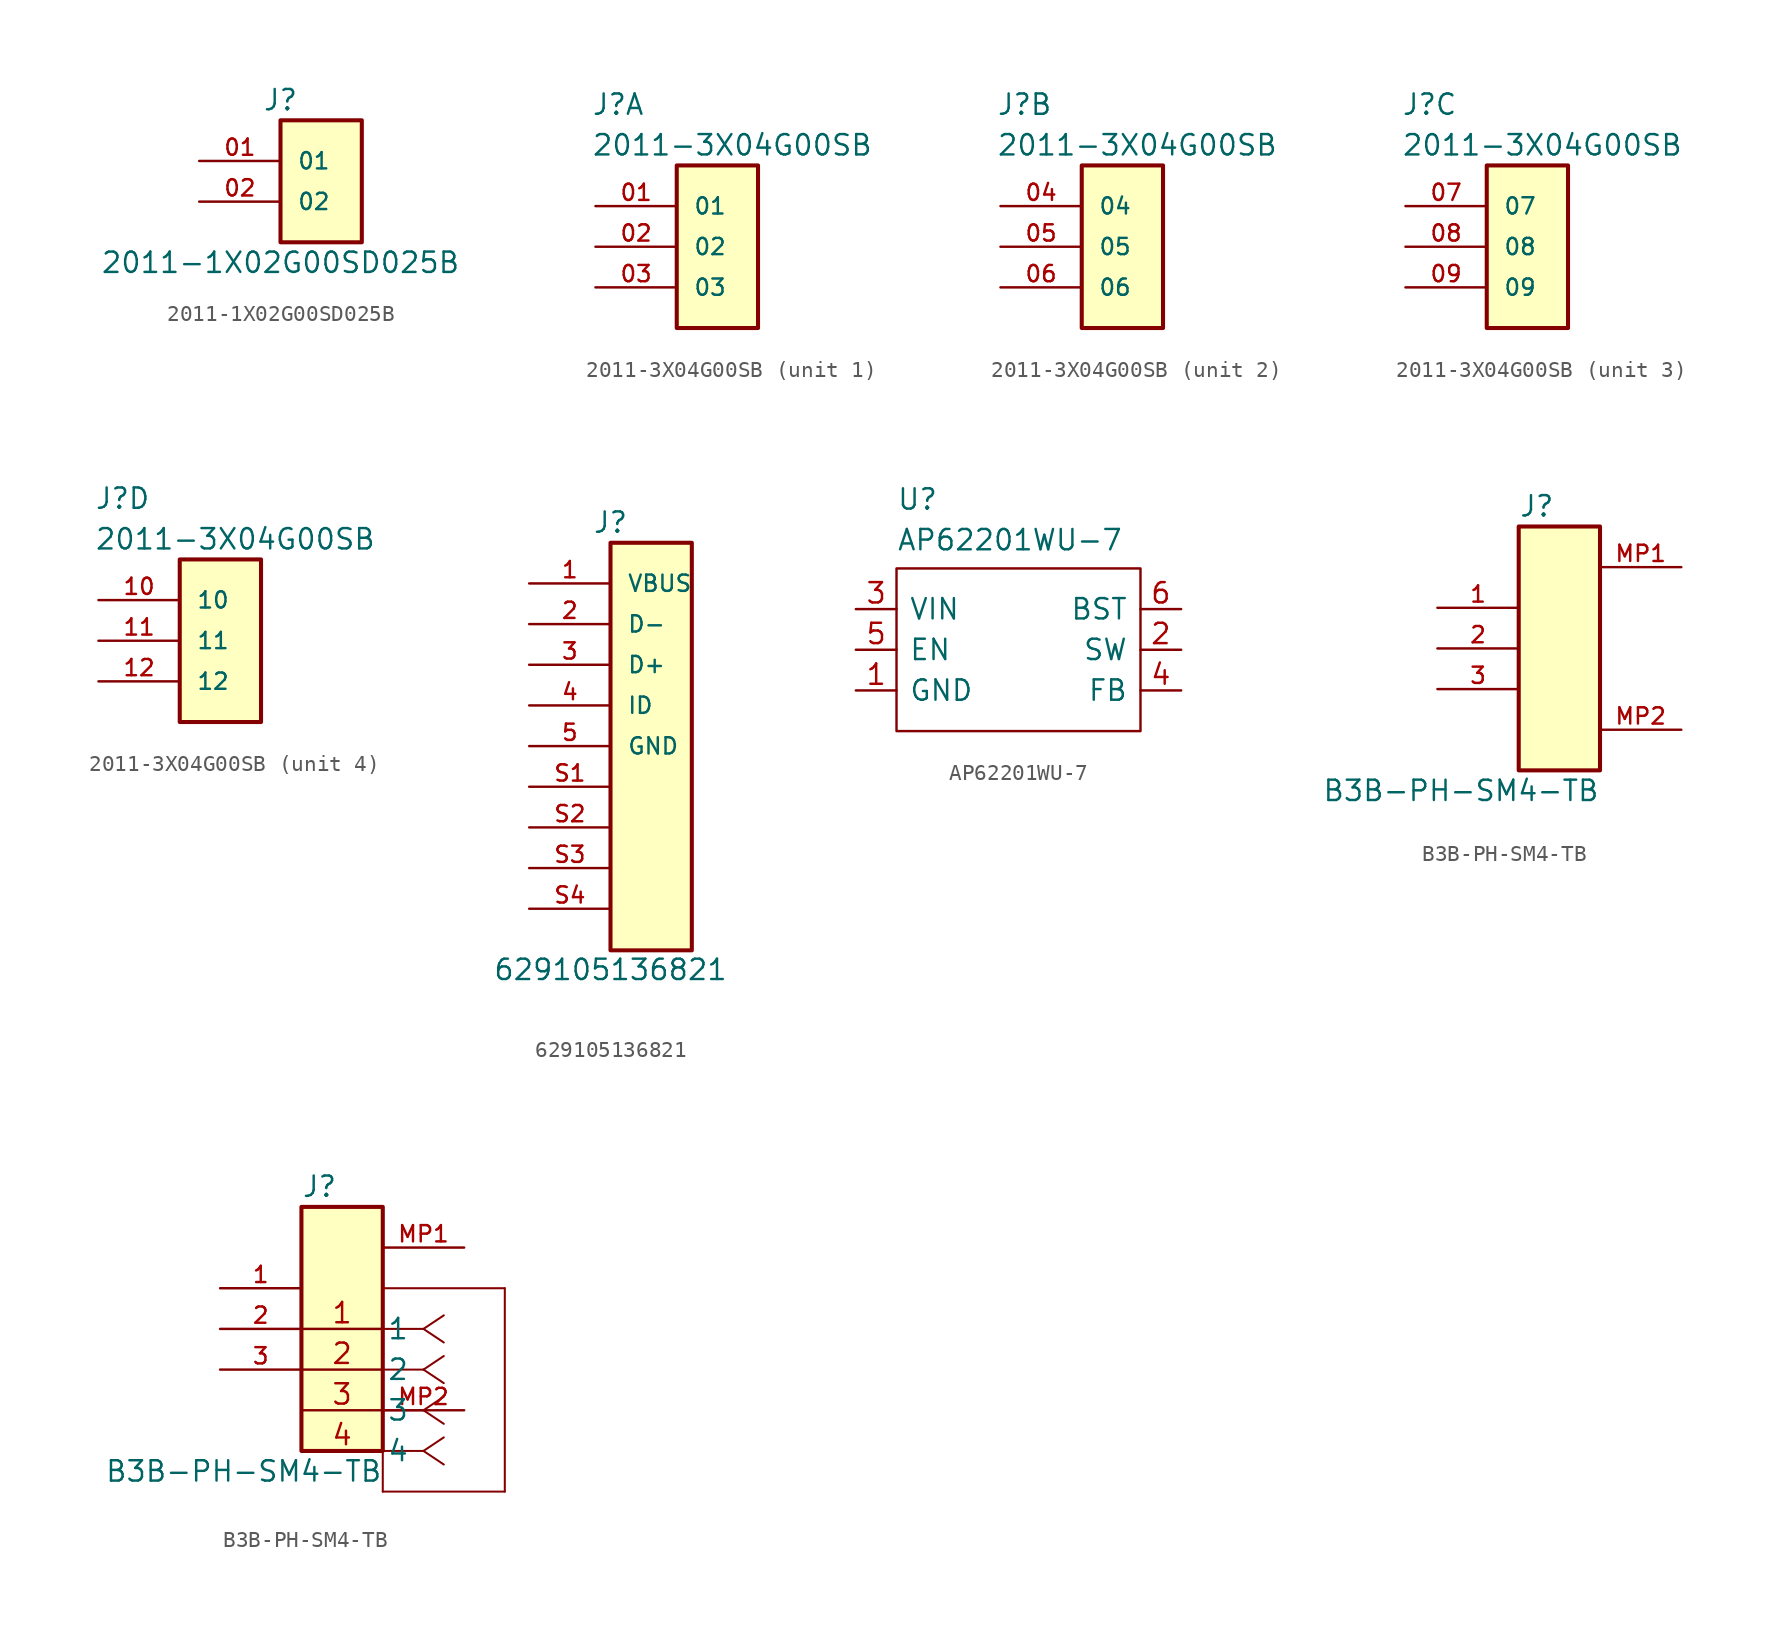
<source format=kicad_sym>
(kicad_symbol_lib
  (version 20231120)
  (generator "kicad_symbol_editor")
  (generator_version "8.0")
  (symbol "2011-1X02G00SD025B"
    (pin_names
      (offset 1.016))
    (property "Reference" "J"
      (at 0 5.08 0)
      (effects (font (size 1.27 1.27))))
    (property "Value" "2011-1X02G00SD025B"
      (at 0 -5.08 0)
      (effects (font (size 1.27 1.27))))
    (symbol "2011-1X02G00SD025B_0_0"
      (rectangle (start 0 3.81) (end 5.08 -3.81) (stroke (width 0.254) (type default)) (fill (type background)))
      (pin passive line (at -5.08 1.27 0) (length 5.08) (name "01" (effects (font (size 1.016 1.016)))) (number "01" (effects (font (size 1.016 1.016)))))
      (pin passive line (at -5.08 -1.27 0) (length 5.08) (name "02" (effects (font (size 1.016 1.016)))) (number "02" (effects (font (size 1.016 1.016)))))))
  (symbol "2011-3X04G00SB"
    (pin_names
      (offset 1.016))
    (property "Reference" "J"
      (at -5.334 8.89 0)
      (effects (font (size 1.27 1.27)) (justify left)))
    (property "Value" "2011-3X04G00SB"
      (at -5.334 6.35 0)
      (effects (font (size 1.27 1.27)) (justify left)))
    (symbol "2011-3X04G00SB_1_0"
      (rectangle (start 0 5.08) (end 5.08 -5.08) (stroke (width 0.254) (type default)) (fill (type background)))
      (pin passive line (at -5.08 2.54 0) (length 5.08) (name "01" (effects (font (size 1.016 1.016)))) (number "01" (effects (font (size 1.016 1.016)))))
      (pin passive line (at -5.08 0 0) (length 5.08) (name "02" (effects (font (size 1.016 1.016)))) (number "02" (effects (font (size 1.016 1.016)))))
      (pin passive line (at -5.08 -2.54 0) (length 5.08) (name "03" (effects (font (size 1.016 1.016)))) (number "03" (effects (font (size 1.016 1.016))))))
    (symbol "2011-3X04G00SB_2_0"
      (rectangle (start 0 5.08) (end 5.08 -5.08) (stroke (width 0.254) (type default)) (fill (type background)))
      (pin passive line (at -5.08 2.54 0) (length 5.08) (name "04" (effects (font (size 1.016 1.016)))) (number "04" (effects (font (size 1.016 1.016)))))
      (pin passive line (at -5.08 0 0) (length 5.08) (name "05" (effects (font (size 1.016 1.016)))) (number "05" (effects (font (size 1.016 1.016)))))
      (pin passive line (at -5.08 -2.54 0) (length 5.08) (name "06" (effects (font (size 1.016 1.016)))) (number "06" (effects (font (size 1.016 1.016))))))
    (symbol "2011-3X04G00SB_3_0"
      (rectangle (start 0 5.08) (end 5.08 -5.08) (stroke (width 0.254) (type default)) (fill (type background)))
      (pin passive line (at -5.08 2.54 0) (length 5.08) (name "07" (effects (font (size 1.016 1.016)))) (number "07" (effects (font (size 1.016 1.016)))))
      (pin passive line (at -5.08 0 0) (length 5.08) (name "08" (effects (font (size 1.016 1.016)))) (number "08" (effects (font (size 1.016 1.016)))))
      (pin passive line (at -5.08 -2.54 0) (length 5.08) (name "09" (effects (font (size 1.016 1.016)))) (number "09" (effects (font (size 1.016 1.016))))))
    (symbol "2011-3X04G00SB_4_0"
      (rectangle (start 0 5.08) (end 5.08 -5.08) (stroke (width 0.254) (type default)) (fill (type background)))
      (pin passive line (at -5.08 2.54 0) (length 5.08) (name "10" (effects (font (size 1.016 1.016)))) (number "10" (effects (font (size 1.016 1.016)))))
      (pin passive line (at -5.08 0 0) (length 5.08) (name "11" (effects (font (size 1.016 1.016)))) (number "11" (effects (font (size 1.016 1.016)))))
      (pin passive line (at -5.08 -2.54 0) (length 5.08) (name "12" (effects (font (size 1.016 1.016)))) (number "12" (effects (font (size 1.016 1.016)))))))
  (symbol "629105136821"
    (pin_names
      (offset 1.016))
    (property "Reference" "J"
      (at 0 13.97 0)
      (effects (font (size 1.27 1.27))))
    (property "Value" "629105136821"
      (at 0 -13.97 0)
      (effects (font (size 1.27 1.27))))
    (symbol "629105136821_0_0"
      (rectangle (start 0 12.7) (end 5.08 -12.759) (stroke (width 0.254) (type default)) (fill (type background)))
      (pin passive line (at -5.08 10.16 0) (length 5.08) (name "VBUS" (effects (font (size 1.016 1.016)))) (number "1" (effects (font (size 1.016 1.016)))))
      (pin passive line (at -5.08 7.62 0) (length 5.08) (name "D-" (effects (font (size 1.016 1.016)))) (number "2" (effects (font (size 1.016 1.016)))))
      (pin passive line (at -5.08 5.08 0) (length 5.08) (name "D+" (effects (font (size 1.016 1.016)))) (number "3" (effects (font (size 1.016 1.016)))))
      (pin passive line (at -5.08 2.54 0) (length 5.08) (name "ID" (effects (font (size 1.016 1.016)))) (number "4" (effects (font (size 1.016 1.016)))))
      (pin passive line (at -5.08 0 0) (length 5.08) (name "GND" (effects (font (size 1.016 1.016)))) (number "5" (effects (font (size 1.016 1.016)))))
      (pin passive line (at -5.08 -2.54 0) (length 5.08) (name "~" (effects (font (size 1.016 1.016)))) (number "S1" (effects (font (size 1.016 1.016)))))
      (pin passive line (at -5.08 -5.08 0) (length 5.08) (name "~" (effects (font (size 1.016 1.016)))) (number "S2" (effects (font (size 1.016 1.016)))))
      (pin passive line (at -5.08 -7.62 0) (length 5.08) (name "~" (effects (font (size 1.016 1.016)))) (number "S3" (effects (font (size 1.016 1.016)))))
      (pin passive line (at -5.08 -10.16 0) (length 5.08) (name "~" (effects (font (size 1.016 1.016)))) (number "S4" (effects (font (size 1.016 1.016)))))))
  (symbol "AP62201WU-7"
    (pin_names
      (offset 0.762))
    (property "Reference" "U"
      (at -7.62 9.398 0)
      (effects (font (size 1.27 1.27)) (justify left)))
    (property "Value" "AP62201WU-7"
      (at -7.62 6.858 0)
      (effects (font (size 1.27 1.27)) (justify left)))
    (symbol "AP62201WU-7_0_1"
      (polyline (pts (xy -7.62 5.08) (xy 7.62 5.08) (xy 7.62 -5.08) (xy -7.62 -5.08) (xy -7.62 5.08)) (stroke (width 0.152) (type solid)) (fill (type none))))
    (symbol "AP62201WU-7_1_0"
      (pin passive line (at -10.16 -2.54 0) (length 2.54) (name "GND" (effects (font (size 1.27 1.27)))) (number "1" (effects (font (size 1.27 1.27)))))
      (pin passive line (at 10.16 0 180) (length 2.54) (name "SW" (effects (font (size 1.27 1.27)))) (number "2" (effects (font (size 1.27 1.27)))))
      (pin passive line (at -10.16 2.54 0) (length 2.54) (name "VIN" (effects (font (size 1.27 1.27)))) (number "3" (effects (font (size 1.27 1.27)))))
      (pin passive line (at 10.16 -2.54 180) (length 2.54) (name "FB" (effects (font (size 1.27 1.27)))) (number "4" (effects (font (size 1.27 1.27)))))
      (pin passive line (at -10.16 0 0) (length 2.54) (name "EN" (effects (font (size 1.27 1.27)))) (number "5" (effects (font (size 1.27 1.27)))))
      (pin passive line (at 10.16 2.54 180) (length 2.54) (name "BST" (effects (font (size 1.27 1.27)))) (number "6" (effects (font (size 1.27 1.27)))))))
  (symbol "B3B-PH-SM4-TB"
    (pin_names
      (offset 0.254))
    (property "Reference" "J"
      (at 0 8.89 0)
      (effects (font (size 1.27 1.27)) (justify left)))
    (property "Value" "B3B-PH-SM4-TB"
      (at 5.08 -8.89 0)
      (effects (font (size 1.27 1.27)) (justify right)))
    (symbol "B3B-PH-SM4-TB_0_0"
      (rectangle (start 0 7.62) (end 5.08 -7.62) (stroke (width 0.254) (type default)) (fill (type background))))
    (symbol "B3B-PH-SM4-TB_1_0"
      (pin passive line (at -5.08 2.54 0) (length 5.08) (name "" (effects (font (size 1.016 1.016)))) (number "1" (effects (font (size 1.016 1.016)))))
      (pin passive line (at -5.08 0 0) (length 5.08) (name "" (effects (font (size 1.016 1.016)))) (number "2" (effects (font (size 1.016 1.016)))))
      (pin passive line (at -5.08 -2.54 0) (length 5.08) (name "" (effects (font (size 1.016 1.016)))) (number "3" (effects (font (size 1.016 1.016)))))
      (pin passive line (at 10.16 5.08 180) (length 5.08) (name "" (effects (font (size 1.016 1.016)))) (number "MP1" (effects (font (size 1.016 1.016)))))
      (pin passive line (at 10.16 -5.08 180) (length 5.08) (name "" (effects (font (size 1.016 1.016)))) (number "MP2" (effects (font (size 1.016 1.016))))))
    (symbol "B3B-PH-SM4-TB_1_2"
      (polyline (pts (xy 5.08 -10.16) (xy 12.7 -10.16)) (stroke (width 0.127) (type default)) (fill (type none)))
      (polyline (pts (xy 5.08 2.54) (xy 5.08 -10.16)) (stroke (width 0.127) (type default)) (fill (type none)))
      (polyline (pts (xy 7.62 -7.62) (xy 5.08 -7.62)) (stroke (width 0.127) (type default)) (fill (type none)))
      (polyline (pts (xy 7.62 -7.62) (xy 8.89 -8.467)) (stroke (width 0.127) (type default)) (fill (type none)))
      (polyline (pts (xy 7.62 -7.62) (xy 8.89 -6.773)) (stroke (width 0.127) (type default)) (fill (type none)))
      (polyline (pts (xy 7.62 -5.08) (xy 5.08 -5.08)) (stroke (width 0.127) (type default)) (fill (type none)))
      (polyline (pts (xy 7.62 -5.08) (xy 8.89 -5.927)) (stroke (width 0.127) (type default)) (fill (type none)))
      (polyline (pts (xy 7.62 -5.08) (xy 8.89 -4.233)) (stroke (width 0.127) (type default)) (fill (type none)))
      (polyline (pts (xy 7.62 -2.54) (xy 5.08 -2.54)) (stroke (width 0.127) (type default)) (fill (type none)))
      (polyline (pts (xy 7.62 -2.54) (xy 8.89 -3.387)) (stroke (width 0.127) (type default)) (fill (type none)))
      (polyline (pts (xy 7.62 -2.54) (xy 8.89 -1.693)) (stroke (width 0.127) (type default)) (fill (type none)))
      (polyline (pts (xy 7.62 0) (xy 5.08 0)) (stroke (width 0.127) (type default)) (fill (type none)))
      (polyline (pts (xy 7.62 0) (xy 8.89 -0.847)) (stroke (width 0.127) (type default)) (fill (type none)))
      (polyline (pts (xy 7.62 0) (xy 8.89 0.847)) (stroke (width 0.127) (type default)) (fill (type none)))
      (polyline (pts (xy 12.7 -10.16) (xy 12.7 2.54)) (stroke (width 0.127) (type default)) (fill (type none)))
      (polyline (pts (xy 12.7 2.54) (xy 5.08 2.54)) (stroke (width 0.127) (type default)) (fill (type none)))
      (pin unspecified line (at 0 0 0) (length 5.08) (name "1" (effects (font (size 1.27 1.27)))) (number "1" (effects (font (size 1.27 1.27)))))
      (pin unspecified line (at 0 -2.54 0) (length 5.08) (name "2" (effects (font (size 1.27 1.27)))) (number "2" (effects (font (size 1.27 1.27)))))
      (pin unspecified line (at 0 -5.08 0) (length 5.08) (name "3" (effects (font (size 1.27 1.27)))) (number "3" (effects (font (size 1.27 1.27)))))
      (pin unspecified line (at 0 -7.62 0) (length 5.08) (name "4" (effects (font (size 1.27 1.27)))) (number "4" (effects (font (size 1.27 1.27))))))))
</source>
